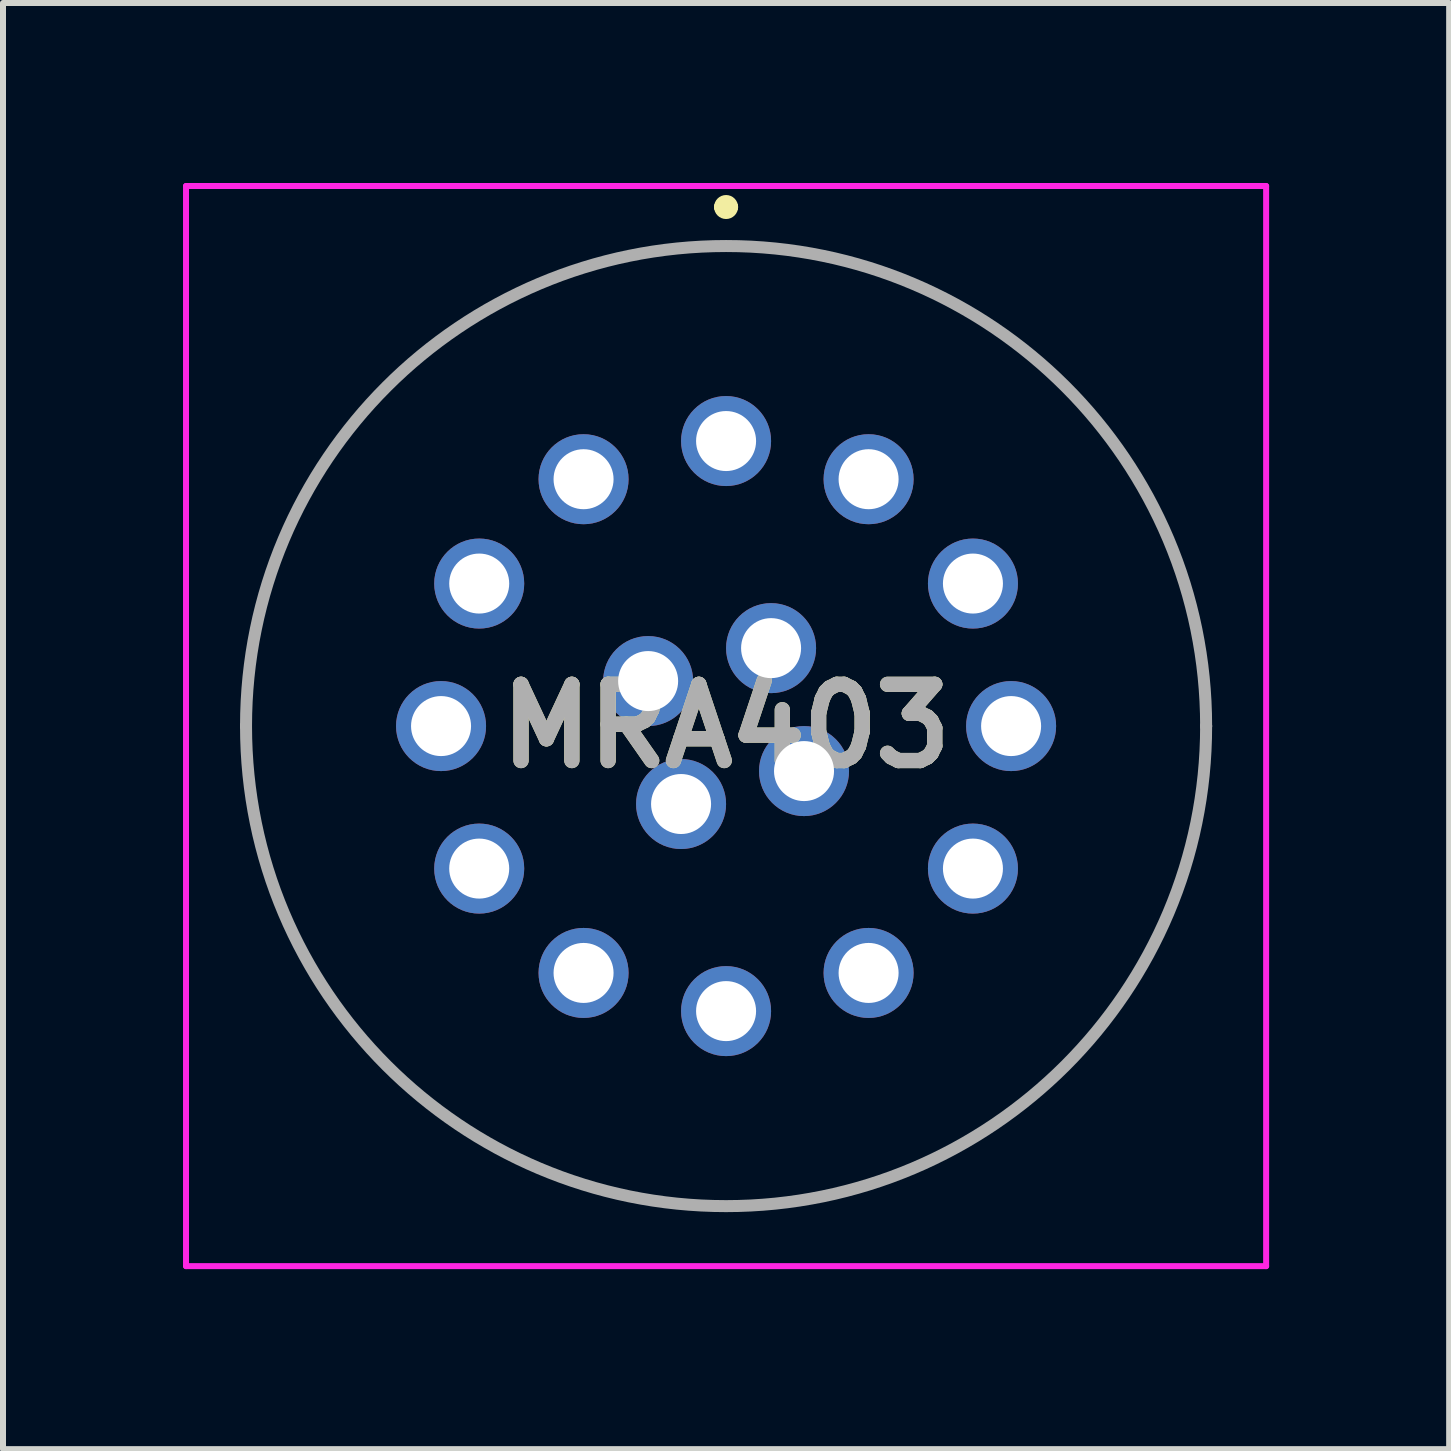
<source format=kicad_pcb>
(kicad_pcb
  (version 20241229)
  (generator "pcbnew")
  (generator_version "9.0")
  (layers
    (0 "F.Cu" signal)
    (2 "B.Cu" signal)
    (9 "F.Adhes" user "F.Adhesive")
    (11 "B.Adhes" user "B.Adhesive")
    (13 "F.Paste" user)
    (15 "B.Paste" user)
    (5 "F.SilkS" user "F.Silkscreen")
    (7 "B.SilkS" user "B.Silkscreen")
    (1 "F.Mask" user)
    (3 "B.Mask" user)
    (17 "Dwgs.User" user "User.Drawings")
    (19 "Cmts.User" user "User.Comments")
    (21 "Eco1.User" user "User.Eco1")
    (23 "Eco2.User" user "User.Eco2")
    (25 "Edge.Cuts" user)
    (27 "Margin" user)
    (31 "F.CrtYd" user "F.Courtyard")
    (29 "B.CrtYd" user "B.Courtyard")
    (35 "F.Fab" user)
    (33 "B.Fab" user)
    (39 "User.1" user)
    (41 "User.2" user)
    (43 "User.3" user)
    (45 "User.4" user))
  (footprint "MRA403"
    (layer "F.Cu")
    (at 9.05 9.05)
    (property "Reference" "MRA403" (at 0 0 0) (layer "F.SilkS") (effects (font (size 1.27 1.27) (thickness 0.254))))
    (attr through_hole)
    (fp_line (start -8 0) (end -8 0) (stroke (width 0.1) (type solid)) (layer "F.SilkS"))
    (fp_line (start -0.1 -8.65) (end -0.1 -8.65) (stroke (width 0.2) (type solid)) (layer "F.SilkS"))
    (fp_line (start 0.1 -8.65) (end 0.1 -8.65) (stroke (width 0.2) (type solid)) (layer "F.SilkS"))
    (fp_line (start 8 0) (end 8 0) (stroke (width 0.1) (type solid)) (layer "F.SilkS"))
    (fp_arc (start -8 0) (mid 0 -8) (end 8 0) (stroke (width 0.1) (type solid)) (layer "F.SilkS"))
    (fp_arc (start -0.1 -8.65) (mid 0 -8.75) (end 0.1 -8.65) (stroke (width 0.2) (type solid)) (layer "F.SilkS"))
    (fp_arc (start 0.1 -8.65) (mid 0 -8.55) (end -0.1 -8.65) (stroke (width 0.2) (type solid)) (layer "F.SilkS"))
    (fp_arc (start 8 0) (mid 0 8) (end -8 0) (stroke (width 0.1) (type solid)) (layer "F.SilkS"))
    (fp_line (start -9 -9) (end 9 -9) (stroke (width 0.1) (type solid)) (layer "F.CrtYd"))
    (fp_line (start -9 9) (end -9 -9) (stroke (width 0.1) (type solid)) (layer "F.CrtYd"))
    (fp_line (start 9 -9) (end 9 9) (stroke (width 0.1) (type solid)) (layer "F.CrtYd"))
    (fp_line (start 9 9) (end -9 9) (stroke (width 0.1) (type solid)) (layer "F.CrtYd"))
    (fp_line (start -8 0) (end -8 0) (stroke (width 0.2) (type solid)) (layer "F.Fab"))
    (fp_line (start 8 0) (end 8 0) (stroke (width 0.2) (type solid)) (layer "F.Fab"))
    (fp_arc (start -8 0) (mid 0 -8) (end 8 0) (stroke (width 0.2) (type solid)) (layer "F.Fab"))
    (fp_arc (start 8 0) (mid 0 8) (end -8 0) (stroke (width 0.2) (type solid)) (layer "F.Fab"))
    (fp_text user "${REFERENCE}" (at 0 0 0) (layer "F.Fab") (effects (font (size 1.27 1.27) (thickness 0.254))))
    (pad "1" thru_hole circle (at 0 -4.75) (size 1.5 1.5) (drill 1) (layers "*.Cu" "*.Mask"))
    (pad "2" thru_hole circle (at 2.375 -4.114) (size 1.5 1.5) (drill 1) (layers "*.Cu" "*.Mask"))
    (pad "3" thru_hole circle (at 4.114 -2.375) (size 1.5 1.5) (drill 1) (layers "*.Cu" "*.Mask"))
    (pad "4" thru_hole circle (at 4.75 0) (size 1.5 1.5) (drill 1) (layers "*.Cu" "*.Mask"))
    (pad "5" thru_hole circle (at 4.114 2.375) (size 1.5 1.5) (drill 1) (layers "*.Cu" "*.Mask"))
    (pad "6" thru_hole circle (at 2.375 4.114) (size 1.5 1.5) (drill 1) (layers "*.Cu" "*.Mask"))
    (pad "7" thru_hole circle (at 0 4.75) (size 1.5 1.5) (drill 1) (layers "*.Cu" "*.Mask"))
    (pad "8" thru_hole circle (at -2.375 4.114) (size 1.5 1.5) (drill 1) (layers "*.Cu" "*.Mask"))
    (pad "9" thru_hole circle (at -4.114 2.375) (size 1.5 1.5) (drill 1) (layers "*.Cu" "*.Mask"))
    (pad "10" thru_hole circle (at -4.75 0) (size 1.5 1.5) (drill 1) (layers "*.Cu" "*.Mask"))
    (pad "11" thru_hole circle (at -4.114 -2.375) (size 1.5 1.5) (drill 1) (layers "*.Cu" "*.Mask"))
    (pad "12" thru_hole circle (at -2.375 -4.114) (size 1.5 1.5) (drill 1) (layers "*.Cu" "*.Mask"))
    (pad "A1" thru_hole circle (at -0.75 1.299) (size 1.5 1.5) (drill 1) (layers "*.Cu" "*.Mask"))
    (pad "B1" thru_hole circle (at 0.75 -1.299) (size 1.5 1.5) (drill 1) (layers "*.Cu" "*.Mask"))
    (pad "C1" thru_hole circle (at -1.299 -0.75) (size 1.5 1.5) (drill 1) (layers "*.Cu" "*.Mask"))
    (pad "D1" thru_hole circle (at 1.299 0.75) (size 1.5 1.5) (drill 1) (layers "*.Cu" "*.Mask")))
  (gr_rect
    (start -3 -3)
    (end 21.1 21.1)
    (stroke (width 0.1) (type default))
    (fill no)
    (layer "Edge.Cuts")))
</source>
